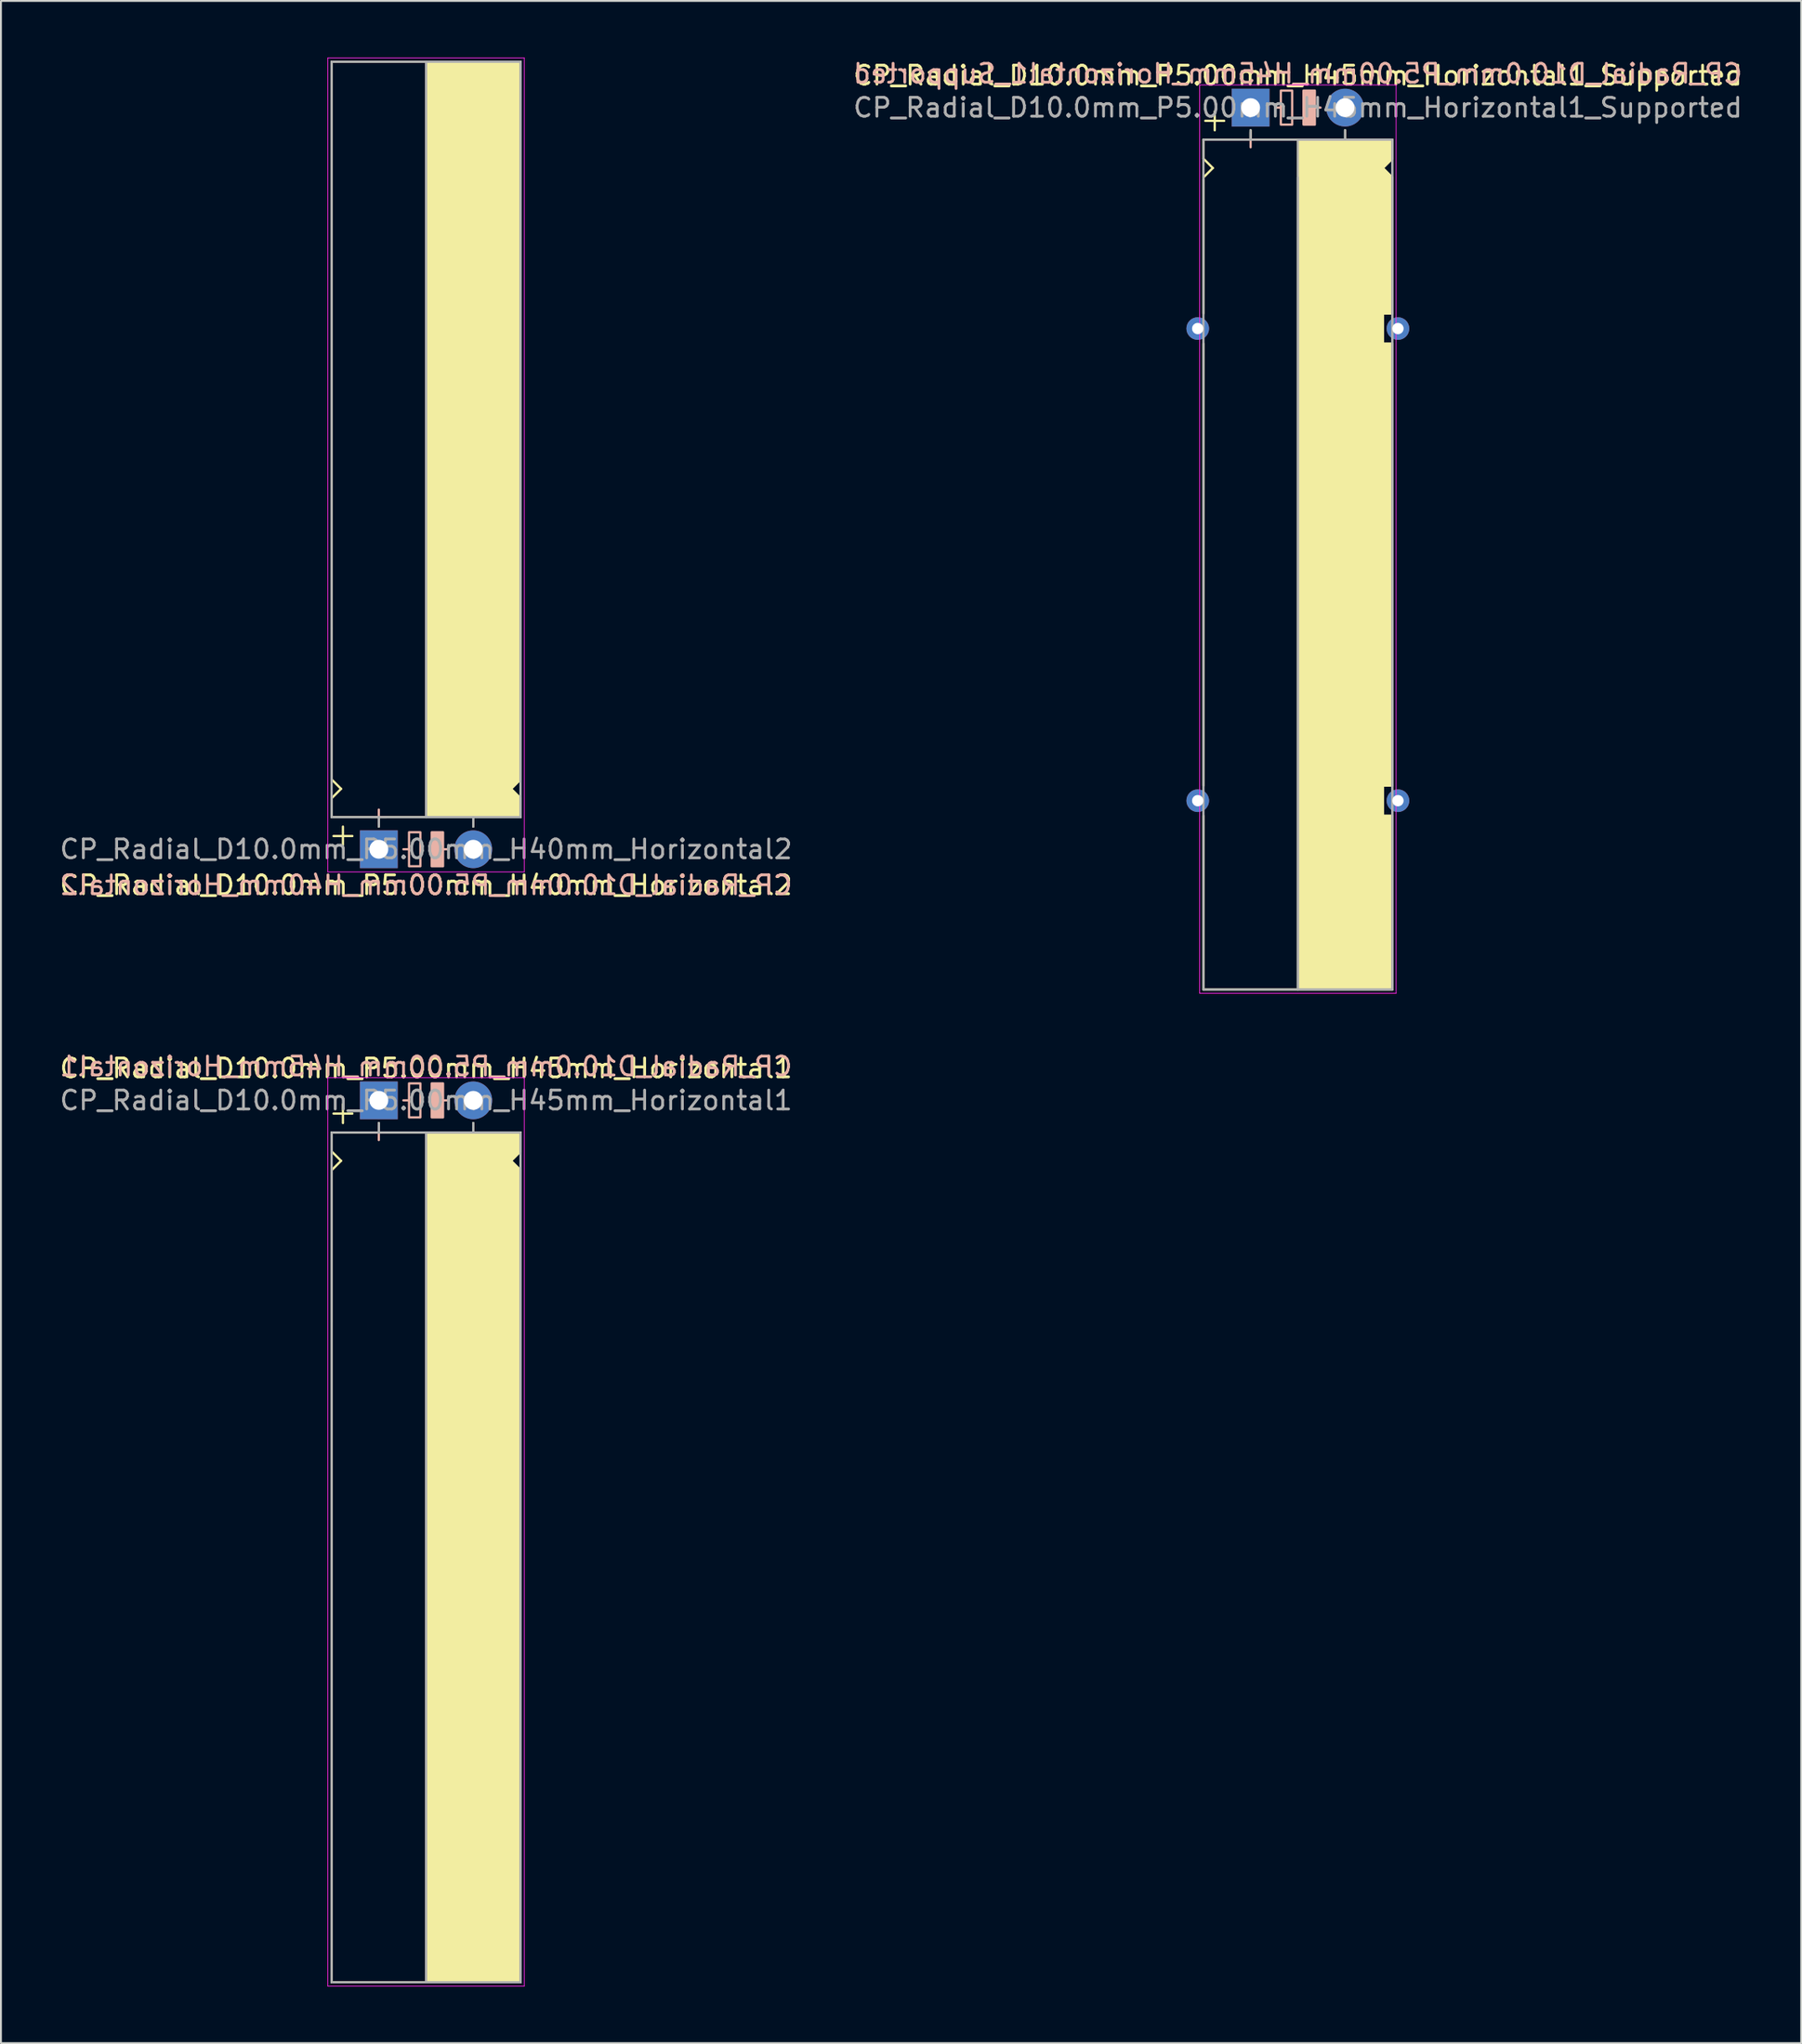
<source format=kicad_pcb>
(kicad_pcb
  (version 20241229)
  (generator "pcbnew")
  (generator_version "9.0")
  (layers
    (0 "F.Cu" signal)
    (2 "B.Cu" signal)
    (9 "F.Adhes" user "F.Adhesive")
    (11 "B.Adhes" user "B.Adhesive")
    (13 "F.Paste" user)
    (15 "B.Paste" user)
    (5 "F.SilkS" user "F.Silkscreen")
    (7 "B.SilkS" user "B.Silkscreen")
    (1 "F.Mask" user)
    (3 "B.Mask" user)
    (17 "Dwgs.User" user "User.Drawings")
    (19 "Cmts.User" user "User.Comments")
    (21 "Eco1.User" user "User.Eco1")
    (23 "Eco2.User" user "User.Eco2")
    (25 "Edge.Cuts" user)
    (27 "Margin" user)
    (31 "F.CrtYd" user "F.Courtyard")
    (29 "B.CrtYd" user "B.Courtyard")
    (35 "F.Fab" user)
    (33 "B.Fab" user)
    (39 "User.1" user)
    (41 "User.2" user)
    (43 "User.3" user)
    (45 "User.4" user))
  (footprint "CP_Radial_D10.0mm_P5.00mm_H40mm_Horizontal2"
    (layer "F.Cu")
    (at 17.006 41.92)
    (property "Reference" "CP_Radial_D10.0mm_P5.00mm_H40mm_Horizontal2" (at 2.5 1.9 0) (layer "F.SilkS") (effects (font (size 1 1) (thickness 0.15))))
    (fp_line (start -2.5 -41.7) (end 7.5 -41.7) (stroke (width 0.12) (type solid)) (layer "F.SilkS"))
    (fp_line (start -2.5 -11.7) (end -2.5 -41.7) (stroke (width 0.12) (type solid)) (layer "F.SilkS"))
    (fp_line (start -2.5 -3.7) (end -2.5 -11.7) (stroke (width 0.12) (type solid)) (layer "F.SilkS"))
    (fp_line (start -2.5 -2.7) (end -2 -3.2) (stroke (width 0.12) (type solid)) (layer "F.SilkS"))
    (fp_line (start -2.5 -1.7) (end -2.5 -2.7) (stroke (width 0.12) (type solid)) (layer "F.SilkS"))
    (fp_line (start -2 -3.2) (end -2.5 -3.7) (stroke (width 0.12) (type solid)) (layer "F.SilkS"))
    (fp_line (start -1.9 -1.2) (end -1.9 -0.2) (stroke (width 0.12) (type solid)) (layer "F.SilkS"))
    (fp_line (start -1.4 -0.7) (end -2.4 -0.7) (stroke (width 0.12) (type solid)) (layer "F.SilkS"))
    (fp_line (start 0 -1.7) (end 0 -1.2) (stroke (width 0.12) (type solid)) (layer "F.SilkS"))
    (fp_line (start 2.5 -41.7) (end 2.5 -1.7) (stroke (width 0.12) (type solid)) (layer "F.SilkS"))
    (fp_line (start 2.5 -1.7) (end -2.5 -1.7) (stroke (width 0.12) (type solid)) (layer "F.SilkS"))
    (fp_line (start 5 -1.7) (end 5 -1.2) (stroke (width 0.12) (type solid)) (layer "F.SilkS"))
    (fp_line (start 7 -3.2) (end 7.5 -3.7) (stroke (width 0.12) (type solid)) (layer "F.SilkS"))
    (fp_line (start 7.5 -11.7) (end 7.5 -41.7) (stroke (width 0.12) (type solid)) (layer "F.SilkS"))
    (fp_line (start 7.5 -3.7) (end 7.5 -11.7) (stroke (width 0.12) (type solid)) (layer "F.SilkS"))
    (fp_line (start 7.5 -2.7) (end 7 -3.2) (stroke (width 0.12) (type solid)) (layer "F.SilkS"))
    (fp_line (start 7.5 -1.7) (end 2.5 -1.7) (stroke (width 0.12) (type solid)) (layer "F.SilkS"))
    (fp_line (start 7.5 -1.7) (end 7.5 -2.7) (stroke (width 0.12) (type solid)) (layer "F.SilkS"))
    (fp_poly (pts (xy 7.5 -2.7) (xy 7 -3.2) (xy 7.5 -3.7) (xy 7.5 -41.7) (xy 2.5 -41.7) (xy 2.5 -1.7) (xy 7.5 -1.7)) (stroke (width 0.1) (type solid)) (fill yes) (layer "F.SilkS"))
    (fp_line (start 0 -2.1) (end 0 -1.3) (stroke (width 0.12) (type solid)) (layer "B.SilkS"))
    (fp_line (start 0.4 -1.7) (end -0.4 -1.7) (stroke (width 0.12) (type solid)) (layer "B.SilkS"))
    (fp_line (start 1.6 0) (end 1.3 0) (stroke (width 0.12) (type solid)) (layer "B.SilkS"))
    (fp_line (start 3.7 0) (end 3.4 0) (stroke (width 0.12) (type solid)) (layer "B.SilkS"))
    (fp_rect (start 2.2 -0.9) (end 1.6 0.9) (stroke (width 0.12) (type solid)) (fill no) (layer "B.SilkS"))
    (fp_rect (start 3.4 -0.9) (end 2.8 0.9) (stroke (width 0.12) (type solid)) (fill yes) (layer "B.SilkS"))
    (fp_line (start -2.7 -41.9) (end -2.7 1.2) (stroke (width 0.04) (type solid)) (layer "F.CrtYd"))
    (fp_line (start -2.7 1.2) (end 5.3 1.2) (stroke (width 0.04) (type solid)) (layer "F.CrtYd"))
    (fp_line (start 5.3 1.2) (end 7.7 1.2) (stroke (width 0.04) (type solid)) (layer "F.CrtYd"))
    (fp_line (start 7.7 -41.9) (end -2.7 -41.9) (stroke (width 0.04) (type solid)) (layer "F.CrtYd"))
    (fp_line (start 7.7 1.2) (end 7.7 -41.9) (stroke (width 0.04) (type solid)) (layer "F.CrtYd"))
    (fp_line (start -2.5 -41.7) (end 7.5 -41.7) (stroke (width 0.12) (type solid)) (layer "F.Fab"))
    (fp_line (start -2.5 -1.7) (end -2.5 -41.7) (stroke (width 0.12) (type solid)) (layer "F.Fab"))
    (fp_line (start 0 -1.7) (end 0 -1.2) (stroke (width 0.12) (type solid)) (layer "F.Fab"))
    (fp_line (start 2.5 -1.7) (end 2.5 -41.7) (stroke (width 0.12) (type solid)) (layer "F.Fab"))
    (fp_line (start 5 -1.7) (end 5 -1.2) (stroke (width 0.12) (type solid)) (layer "F.Fab"))
    (fp_line (start 7.5 -41.7) (end 7.5 -1.7) (stroke (width 0.12) (type solid)) (layer "F.Fab"))
    (fp_line (start 7.5 -1.7) (end -2.5 -1.7) (stroke (width 0.12) (type solid)) (layer "F.Fab"))
    (fp_poly (pts (xy 7.5 -41.7) (xy 2.5 -41.7) (xy 2.5 -1.7) (xy 7.5 -1.7)) (stroke (width 0.1) (type solid)) (fill no) (layer "F.Fab"))
    (fp_text user "${REFERENCE}" (at 2.5 1.9 0) (layer "B.SilkS") (effects (font (size 1 1) (thickness 0.15)) (justify mirror)))
    (fp_text user "${REFERENCE}" (at 2.5 0 0) (layer "F.Fab") (effects (font (size 1 1) (thickness 0.15))))
    (pad "1" thru_hole rect (at 0 0) (size 2 2) (drill 1) (layers "*.Cu" "*.Mask"))
    (pad "2" thru_hole circle (at 5 0) (size 2 2) (drill 1) (layers "*.Cu" "*.Mask")))
  (footprint "CP_Radial_D10.0mm_P5.00mm_H45mm_Horizontal1_Supported"
    (layer "F.Cu")
    (at 63.161 2.648)
    (property "Reference" "CP_Radial_D10.0mm_P5.00mm_H45mm_Horizontal1_Supported" (at 2.5 -1.7 0) (layer "F.SilkS") (effects (font (size 1 1) (thickness 0.15))))
    (fp_line (start -2.5 1.7) (end -2.5 2.7) (stroke (width 0.12) (type solid)) (layer "F.SilkS"))
    (fp_line (start -2.5 2.7) (end -2 3.2) (stroke (width 0.12) (type solid)) (layer "F.SilkS"))
    (fp_line (start -2.5 3.8) (end -2.5 10.9) (stroke (width 0.12) (type solid)) (layer "F.SilkS"))
    (fp_line (start -2.5 12.5) (end -2.5 35.9) (stroke (width 0.12) (type solid)) (layer "F.SilkS"))
    (fp_line (start -2.5 37.5) (end -2.5 46.7) (stroke (width 0.12) (type solid)) (layer "F.SilkS"))
    (fp_line (start -2.5 46.7) (end 7.5 46.7) (stroke (width 0.12) (type solid)) (layer "F.SilkS"))
    (fp_line (start -2 3.2) (end -2.5 3.7) (stroke (width 0.12) (type solid)) (layer "F.SilkS"))
    (fp_line (start -1.9 0.2) (end -1.9 1.2) (stroke (width 0.12) (type solid)) (layer "F.SilkS"))
    (fp_line (start -1.4 0.7) (end -2.4 0.7) (stroke (width 0.12) (type solid)) (layer "F.SilkS"))
    (fp_line (start 0 1.7) (end 0 1.2) (stroke (width 0.12) (type solid)) (layer "F.SilkS"))
    (fp_line (start 2.5 1.7) (end -2.5 1.7) (stroke (width 0.12) (type solid)) (layer "F.SilkS"))
    (fp_line (start 2.5 46.7) (end 2.5 1.7) (stroke (width 0.12) (type solid)) (layer "F.SilkS"))
    (fp_line (start 5 1.7) (end 5 1.2) (stroke (width 0.12) (type solid)) (layer "F.SilkS"))
    (fp_line (start 7 3.2) (end 7.5 3.7) (stroke (width 0.12) (type solid)) (layer "F.SilkS"))
    (fp_line (start 7 10.9) (end 7 12.5) (stroke (width 0.12) (type solid)) (layer "F.SilkS"))
    (fp_line (start 7 12.5) (end 7.5 12.5) (stroke (width 0.12) (type solid)) (layer "F.SilkS"))
    (fp_line (start 7 35.9) (end 7 37.5) (stroke (width 0.12) (type solid)) (layer "F.SilkS"))
    (fp_line (start 7 37.5) (end 7.5 37.5) (stroke (width 0.12) (type solid)) (layer "F.SilkS"))
    (fp_line (start 7.5 1.7) (end 2.5 1.7) (stroke (width 0.12) (type solid)) (layer "F.SilkS"))
    (fp_line (start 7.5 1.7) (end 7.5 2.7) (stroke (width 0.12) (type solid)) (layer "F.SilkS"))
    (fp_line (start 7.5 2.7) (end 7 3.2) (stroke (width 0.12) (type solid)) (layer "F.SilkS"))
    (fp_line (start 7.5 3.7) (end 7.5 10.9) (stroke (width 0.12) (type solid)) (layer "F.SilkS"))
    (fp_line (start 7.5 10.9) (end 7 10.9) (stroke (width 0.12) (type solid)) (layer "F.SilkS"))
    (fp_line (start 7.5 12.5) (end 7.5 35.9) (stroke (width 0.12) (type solid)) (layer "F.SilkS"))
    (fp_line (start 7.5 35.9) (end 7 35.9) (stroke (width 0.12) (type solid)) (layer "F.SilkS"))
    (fp_line (start 7.5 37.5) (end 7.5 46.7) (stroke (width 0.12) (type solid)) (layer "F.SilkS"))
    (fp_poly (pts (xy 7.5 2.7) (xy 7 3.2) (xy 7.5 3.7) (xy 7.5 10.9) (xy 7 10.9) (xy 7 12.5) (xy 7.5 12.5) (xy 7.5 35.9) (xy 7 35.9) (xy 7 37.5) (xy 7.5 37.5) (xy 7.5 46.7) (xy 2.5 46.7) (xy 2.5 1.7) (xy 7.5 1.7)) (stroke (width 0.1) (type solid)) (fill yes) (layer "F.SilkS"))
    (fp_line (start 0 1.3) (end 0 2.1) (stroke (width 0.12) (type solid)) (layer "B.SilkS"))
    (fp_line (start 0.4 1.7) (end -0.4 1.7) (stroke (width 0.12) (type solid)) (layer "B.SilkS"))
    (fp_line (start 1.6 0) (end 1.3 0) (stroke (width 0.12) (type solid)) (layer "B.SilkS"))
    (fp_line (start 3.7 0) (end 3.4 0) (stroke (width 0.12) (type solid)) (layer "B.SilkS"))
    (fp_rect (start 2.2 -0.9) (end 1.6 0.9) (stroke (width 0.12) (type solid)) (fill no) (layer "B.SilkS"))
    (fp_rect (start 3.4 -0.9) (end 2.8 0.9) (stroke (width 0.12) (type solid)) (fill yes) (layer "B.SilkS"))
    (fp_line (start -2.7 -1.2) (end 5.3 -1.2) (stroke (width 0.04) (type solid)) (layer "F.CrtYd"))
    (fp_line (start -2.7 46.9) (end -2.7 -1.2) (stroke (width 0.04) (type solid)) (layer "F.CrtYd"))
    (fp_line (start 5.3 -1.2) (end 7.7 -1.2) (stroke (width 0.04) (type solid)) (layer "F.CrtYd"))
    (fp_line (start 7.7 -1.2) (end 7.7 46.9) (stroke (width 0.04) (type solid)) (layer "F.CrtYd"))
    (fp_line (start 7.7 46.9) (end -2.7 46.9) (stroke (width 0.04) (type solid)) (layer "F.CrtYd"))
    (fp_line (start -2.5 1.7) (end -2.5 46.7) (stroke (width 0.12) (type solid)) (layer "F.Fab"))
    (fp_line (start -2.5 46.7) (end 7.5 46.7) (stroke (width 0.12) (type solid)) (layer "F.Fab"))
    (fp_line (start 0 1.7) (end 0 1.2) (stroke (width 0.12) (type solid)) (layer "F.Fab"))
    (fp_line (start 2.5 3.7) (end 2.5 46.7) (stroke (width 0.12) (type solid)) (layer "F.Fab"))
    (fp_line (start 5 1.7) (end 5 1.2) (stroke (width 0.12) (type solid)) (layer "F.Fab"))
    (fp_line (start 7.5 1.7) (end -2.5 1.7) (stroke (width 0.12) (type solid)) (layer "F.Fab"))
    (fp_line (start 7.5 46.7) (end 7.5 1.7) (stroke (width 0.12) (type solid)) (layer "F.Fab"))
    (fp_poly (pts (xy 7.5 46.7) (xy 2.5 46.7) (xy 2.5 1.7) (xy 7.5 1.7)) (stroke (width 0.1) (type solid)) (fill no) (layer "F.Fab"))
    (fp_text user "${REFERENCE}" (at 2.5 -1.8 0) (layer "B.SilkS") (effects (font (size 1 1) (thickness 0.15)) (justify mirror)))
    (fp_text user "${REFERENCE}" (at 2.5 0 0) (layer "F.Fab") (effects (font (size 1 1) (thickness 0.15))))
    (pad "1" thru_hole rect (at 0 0) (size 2 2) (drill 1) (layers "*.Cu" "*.Mask"))
    (pad "2" thru_hole circle (at 5 0) (size 2 2) (drill 1) (layers "*.Cu" "*.Mask"))
    (pad "~" thru_hole circle (at -2.8 11.7 180) (size 1.2 1.2) (drill 0.6) (layers "*.Cu" "*.Mask"))
    (pad "~" thru_hole circle (at -2.8 36.7) (size 1.2 1.2) (drill 0.6) (layers "*.Cu" "*.Mask"))
    (pad "~" thru_hole circle (at 7.8 11.7) (size 1.2 1.2) (drill 0.6) (layers "*.Cu" "*.Mask"))
    (pad "~" thru_hole circle (at 7.8 36.7) (size 1.2 1.2) (drill 0.6) (layers "*.Cu" "*.Mask")))
  (footprint "CP_Radial_D10.0mm_P5.00mm_H45mm_Horizontal1"
    (layer "F.Cu")
    (at 17.006 55.217)
    (property "Reference" "CP_Radial_D10.0mm_P5.00mm_H45mm_Horizontal1" (at 2.5 -1.7 0) (layer "F.SilkS") (effects (font (size 1 1) (thickness 0.15))))
    (fp_line (start -2.5 1.7) (end -2.5 2.7) (stroke (width 0.12) (type solid)) (layer "F.SilkS"))
    (fp_line (start -2.5 2.7) (end -2 3.2) (stroke (width 0.12) (type solid)) (layer "F.SilkS"))
    (fp_line (start -2.5 3.7) (end -2.5 11.7) (stroke (width 0.12) (type solid)) (layer "F.SilkS"))
    (fp_line (start -2.5 11.7) (end -2.5 46.7) (stroke (width 0.12) (type solid)) (layer "F.SilkS"))
    (fp_line (start -2.5 46.7) (end 7.5 46.7) (stroke (width 0.12) (type solid)) (layer "F.SilkS"))
    (fp_line (start -2 3.2) (end -2.5 3.7) (stroke (width 0.12) (type solid)) (layer "F.SilkS"))
    (fp_line (start -1.9 0.2) (end -1.9 1.2) (stroke (width 0.12) (type solid)) (layer "F.SilkS"))
    (fp_line (start -1.4 0.7) (end -2.4 0.7) (stroke (width 0.12) (type solid)) (layer "F.SilkS"))
    (fp_line (start 0 1.7) (end 0 1.2) (stroke (width 0.12) (type solid)) (layer "F.SilkS"))
    (fp_line (start 2.5 1.7) (end -2.5 1.7) (stroke (width 0.12) (type solid)) (layer "F.SilkS"))
    (fp_line (start 2.5 46.7) (end 2.5 1.7) (stroke (width 0.12) (type solid)) (layer "F.SilkS"))
    (fp_line (start 5 1.7) (end 5 1.2) (stroke (width 0.12) (type solid)) (layer "F.SilkS"))
    (fp_line (start 7 3.2) (end 7.5 3.7) (stroke (width 0.12) (type solid)) (layer "F.SilkS"))
    (fp_line (start 7.5 1.7) (end 2.5 1.7) (stroke (width 0.12) (type solid)) (layer "F.SilkS"))
    (fp_line (start 7.5 1.7) (end 7.5 2.7) (stroke (width 0.12) (type solid)) (layer "F.SilkS"))
    (fp_line (start 7.5 2.7) (end 7 3.2) (stroke (width 0.12) (type solid)) (layer "F.SilkS"))
    (fp_line (start 7.5 3.7) (end 7.5 11.7) (stroke (width 0.12) (type solid)) (layer "F.SilkS"))
    (fp_line (start 7.5 11.7) (end 7.5 46.7) (stroke (width 0.12) (type solid)) (layer "F.SilkS"))
    (fp_poly (pts (xy 7.5 2.7) (xy 7 3.2) (xy 7.5 3.7) (xy 7.5 46.7) (xy 2.5 46.7) (xy 2.5 1.7) (xy 7.5 1.7)) (stroke (width 0.1) (type solid)) (fill yes) (layer "F.SilkS"))
    (fp_line (start 0 1.3) (end 0 2.1) (stroke (width 0.12) (type solid)) (layer "B.SilkS"))
    (fp_line (start 0.4 1.7) (end -0.4 1.7) (stroke (width 0.12) (type solid)) (layer "B.SilkS"))
    (fp_line (start 1.6 0) (end 1.3 0) (stroke (width 0.12) (type solid)) (layer "B.SilkS"))
    (fp_line (start 3.7 0) (end 3.4 0) (stroke (width 0.12) (type solid)) (layer "B.SilkS"))
    (fp_rect (start 2.2 -0.9) (end 1.6 0.9) (stroke (width 0.12) (type solid)) (fill no) (layer "B.SilkS"))
    (fp_rect (start 3.4 -0.9) (end 2.8 0.9) (stroke (width 0.12) (type solid)) (fill yes) (layer "B.SilkS"))
    (fp_line (start -2.7 -1.2) (end 5.3 -1.2) (stroke (width 0.04) (type solid)) (layer "F.CrtYd"))
    (fp_line (start -2.7 46.9) (end -2.7 -1.2) (stroke (width 0.04) (type solid)) (layer "F.CrtYd"))
    (fp_line (start 5.3 -1.2) (end 7.7 -1.2) (stroke (width 0.04) (type solid)) (layer "F.CrtYd"))
    (fp_line (start 7.7 -1.2) (end 7.7 46.9) (stroke (width 0.04) (type solid)) (layer "F.CrtYd"))
    (fp_line (start 7.7 46.9) (end -2.7 46.9) (stroke (width 0.04) (type solid)) (layer "F.CrtYd"))
    (fp_line (start -2.5 1.7) (end -2.5 46.7) (stroke (width 0.12) (type solid)) (layer "F.Fab"))
    (fp_line (start -2.5 46.7) (end 7.5 46.7) (stroke (width 0.12) (type solid)) (layer "F.Fab"))
    (fp_line (start 0 1.7) (end 0 1.2) (stroke (width 0.12) (type solid)) (layer "F.Fab"))
    (fp_line (start 2.5 1.7) (end 2.5 46.7) (stroke (width 0.12) (type solid)) (layer "F.Fab"))
    (fp_line (start 5 1.7) (end 5 1.2) (stroke (width 0.12) (type solid)) (layer "F.Fab"))
    (fp_line (start 7.5 1.7) (end -2.5 1.7) (stroke (width 0.12) (type solid)) (layer "F.Fab"))
    (fp_line (start 7.5 46.7) (end 7.5 1.7) (stroke (width 0.12) (type solid)) (layer "F.Fab"))
    (fp_poly (pts (xy 7.5 46.7) (xy 2.5 46.7) (xy 2.5 1.7) (xy 7.5 1.7)) (stroke (width 0.1) (type solid)) (fill no) (layer "F.Fab"))
    (fp_text user "${REFERENCE}" (at 2.5 -1.8 0) (layer "B.SilkS") (effects (font (size 1 1) (thickness 0.15)) (justify mirror)))
    (fp_text user "${REFERENCE}" (at 2.5 0 0) (layer "F.Fab") (effects (font (size 1 1) (thickness 0.15))))
    (pad "1" thru_hole rect (at 0 0) (size 2 2) (drill 1) (layers "*.Cu" "*.Mask"))
    (pad "2" thru_hole circle (at 5 0) (size 2 2) (drill 1) (layers "*.Cu" "*.Mask")))
  (gr_rect
    (start -3 -3)
    (end 92.31 105.136)
    (stroke (width 0.1) (type default))
    (fill no)
    (layer "Edge.Cuts")))
</source>
